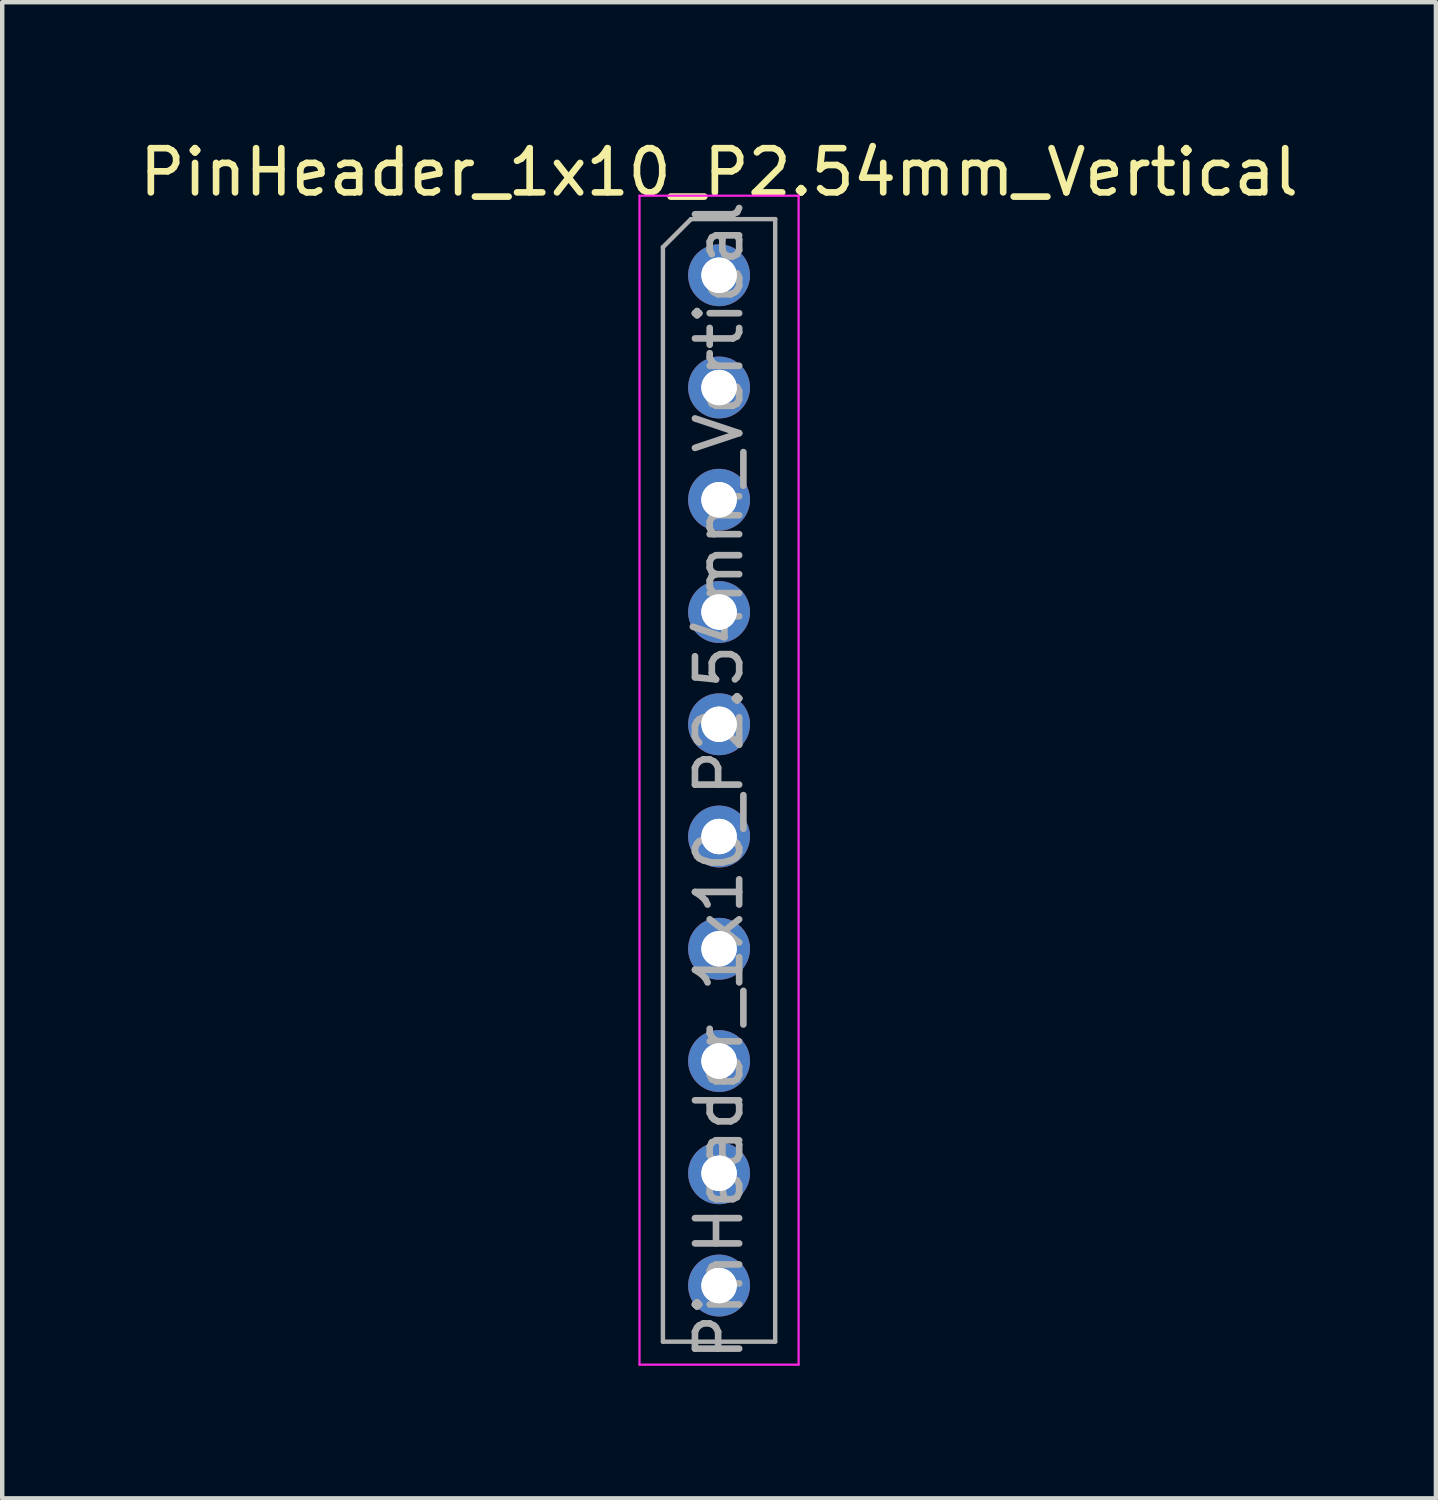
<source format=kicad_pcb>
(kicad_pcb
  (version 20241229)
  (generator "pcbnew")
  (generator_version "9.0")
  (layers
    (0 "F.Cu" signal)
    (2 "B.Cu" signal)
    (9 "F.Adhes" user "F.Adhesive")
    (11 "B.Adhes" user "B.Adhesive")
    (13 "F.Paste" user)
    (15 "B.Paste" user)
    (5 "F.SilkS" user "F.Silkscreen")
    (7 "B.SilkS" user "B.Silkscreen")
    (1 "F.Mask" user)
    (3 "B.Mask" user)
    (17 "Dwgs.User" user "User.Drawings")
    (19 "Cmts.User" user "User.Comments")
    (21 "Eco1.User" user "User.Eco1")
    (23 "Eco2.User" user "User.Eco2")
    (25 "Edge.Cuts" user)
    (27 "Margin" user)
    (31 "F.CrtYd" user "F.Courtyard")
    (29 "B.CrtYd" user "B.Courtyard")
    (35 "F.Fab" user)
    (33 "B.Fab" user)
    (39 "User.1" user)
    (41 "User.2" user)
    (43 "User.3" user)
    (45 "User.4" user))
  (footprint "PinHeader_1x10_P2.54mm_Vertical"
    (layer "F.Cu")
    (at 13.22 3.178)
    (property "Reference" "PinHeader_1x10_P2.54mm_Vertical" (at 0 -2.33 0) (layer "F.SilkS") (effects (font (size 1 1) (thickness 0.15))))
    (attr through_hole)
    (fp_line (start -1.8 -1.8) (end -1.8 24.65) (stroke (width 0.05) (type solid)) (layer "F.CrtYd"))
    (fp_line (start -1.8 24.65) (end 1.8 24.65) (stroke (width 0.05) (type solid)) (layer "F.CrtYd"))
    (fp_line (start 1.8 -1.8) (end -1.8 -1.8) (stroke (width 0.05) (type solid)) (layer "F.CrtYd"))
    (fp_line (start 1.8 24.65) (end 1.8 -1.8) (stroke (width 0.05) (type solid)) (layer "F.CrtYd"))
    (fp_line (start -1.27 -0.635) (end -0.635 -1.27) (stroke (width 0.1) (type solid)) (layer "F.Fab"))
    (fp_line (start -1.27 24.13) (end -1.27 -0.635) (stroke (width 0.1) (type solid)) (layer "F.Fab"))
    (fp_line (start -0.635 -1.27) (end 1.27 -1.27) (stroke (width 0.1) (type solid)) (layer "F.Fab"))
    (fp_line (start 1.27 -1.27) (end 1.27 24.13) (stroke (width 0.1) (type solid)) (layer "F.Fab"))
    (fp_line (start 1.27 24.13) (end -1.27 24.13) (stroke (width 0.1) (type solid)) (layer "F.Fab"))
    (fp_text user "${REFERENCE}" (at 0 11.43 90) (layer "F.Fab") (effects (font (size 1 1) (thickness 0.15))))
    (pad "" smd circle (at 0 0) (size 2.2 2.2) (layers "B.Mask"))
    (pad "" smd circle (at 0 2.54) (size 2.2 2.2) (layers "B.Mask"))
    (pad "" smd circle (at 0 5.08) (size 2.2 2.2) (layers "B.Mask"))
    (pad "" smd circle (at 0 7.62) (size 2.2 2.2) (layers "B.Mask"))
    (pad "" smd circle (at 0 10.16) (size 2.2 2.2) (layers "B.Mask"))
    (pad "" smd circle (at 0 12.7) (size 2.2 2.2) (layers "B.Mask"))
    (pad "" smd circle (at 0 15.24) (size 2.2 2.2) (layers "B.Mask"))
    (pad "" smd circle (at 0 17.78) (size 2.2 2.2) (layers "B.Mask"))
    (pad "" smd circle (at 0 20.32) (size 2.2 2.2) (layers "B.Mask"))
    (pad "" smd circle (at 0 22.86) (size 2.2 2.2) (layers "B.Mask"))
    (pad "1" thru_hole circle (at 0 0) (size 1.1 1.1) (drill 0.8) (layers "*.Cu" "*.Mask"))
    (pad "1" thru_hole circle (at 0 0) (size 1.4 1.4) (drill 0.8) (layers "F.Cu" "F.Mask"))
    (pad "2" thru_hole circle (at 0 2.54) (size 1.1 1.1) (drill 0.8) (layers "*.Cu" "*.Mask"))
    (pad "2" thru_hole circle (at 0 2.54) (size 1.4 1.4) (drill 0.8) (layers "*.Cu" "F.Mask"))
    (pad "3" thru_hole circle (at 0 5.08) (size 1.1 1.1) (drill 0.8) (layers "*.Cu" "*.Mask"))
    (pad "3" thru_hole circle (at 0 5.08) (size 1.4 1.4) (drill 0.8) (layers "*.Cu" "F.Mask"))
    (pad "4" thru_hole circle (at 0 7.62) (size 1.1 1.1) (drill 0.8) (layers "*.Cu" "*.Mask"))
    (pad "4" thru_hole circle (at 0 7.62) (size 1.4 1.4) (drill 0.8) (layers "*.Cu" "F.Mask"))
    (pad "5" thru_hole circle (at 0 10.16) (size 1.1 1.1) (drill 0.8) (layers "*.Cu" "*.Mask"))
    (pad "5" thru_hole circle (at 0 10.16) (size 1.4 1.4) (drill 0.8) (layers "*.Cu" "F.Mask"))
    (pad "6" thru_hole circle (at 0 12.7) (size 1.1 1.1) (drill 0.8) (layers "*.Cu" "*.Mask"))
    (pad "6" thru_hole circle (at 0 12.7) (size 1.4 1.4) (drill 0.8) (layers "*.Cu" "F.Mask"))
    (pad "7" thru_hole circle (at 0 15.24) (size 1.1 1.1) (drill 0.8) (layers "*.Cu" "*.Mask"))
    (pad "7" thru_hole circle (at 0 15.24) (size 1.4 1.4) (drill 0.8) (layers "*.Cu" "F.Mask"))
    (pad "8" thru_hole circle (at 0 17.78) (size 1.1 1.1) (drill 0.8) (layers "*.Cu" "*.Mask"))
    (pad "8" thru_hole circle (at 0 17.78) (size 1.4 1.4) (drill 0.8) (layers "*.Cu" "F.Mask"))
    (pad "9" thru_hole circle (at 0 20.32) (size 1.1 1.1) (drill 0.8) (layers "*.Cu" "*.Mask"))
    (pad "9" thru_hole circle (at 0 20.32) (size 1.4 1.4) (drill 0.8) (layers "*.Cu" "F.Mask"))
    (pad "10" thru_hole circle (at 0 22.86) (size 1.1 1.1) (drill 0.8) (layers "*.Cu" "*.Mask"))
    (pad "10" thru_hole circle (at 0 22.86) (size 1.4 1.4) (drill 0.8) (layers "*.Cu" "F.Mask")))
  (gr_rect
    (start -3 -3)
    (end 29.44 30.853)
    (stroke (width 0.1) (type default))
    (fill no)
    (layer "Edge.Cuts")))
</source>
